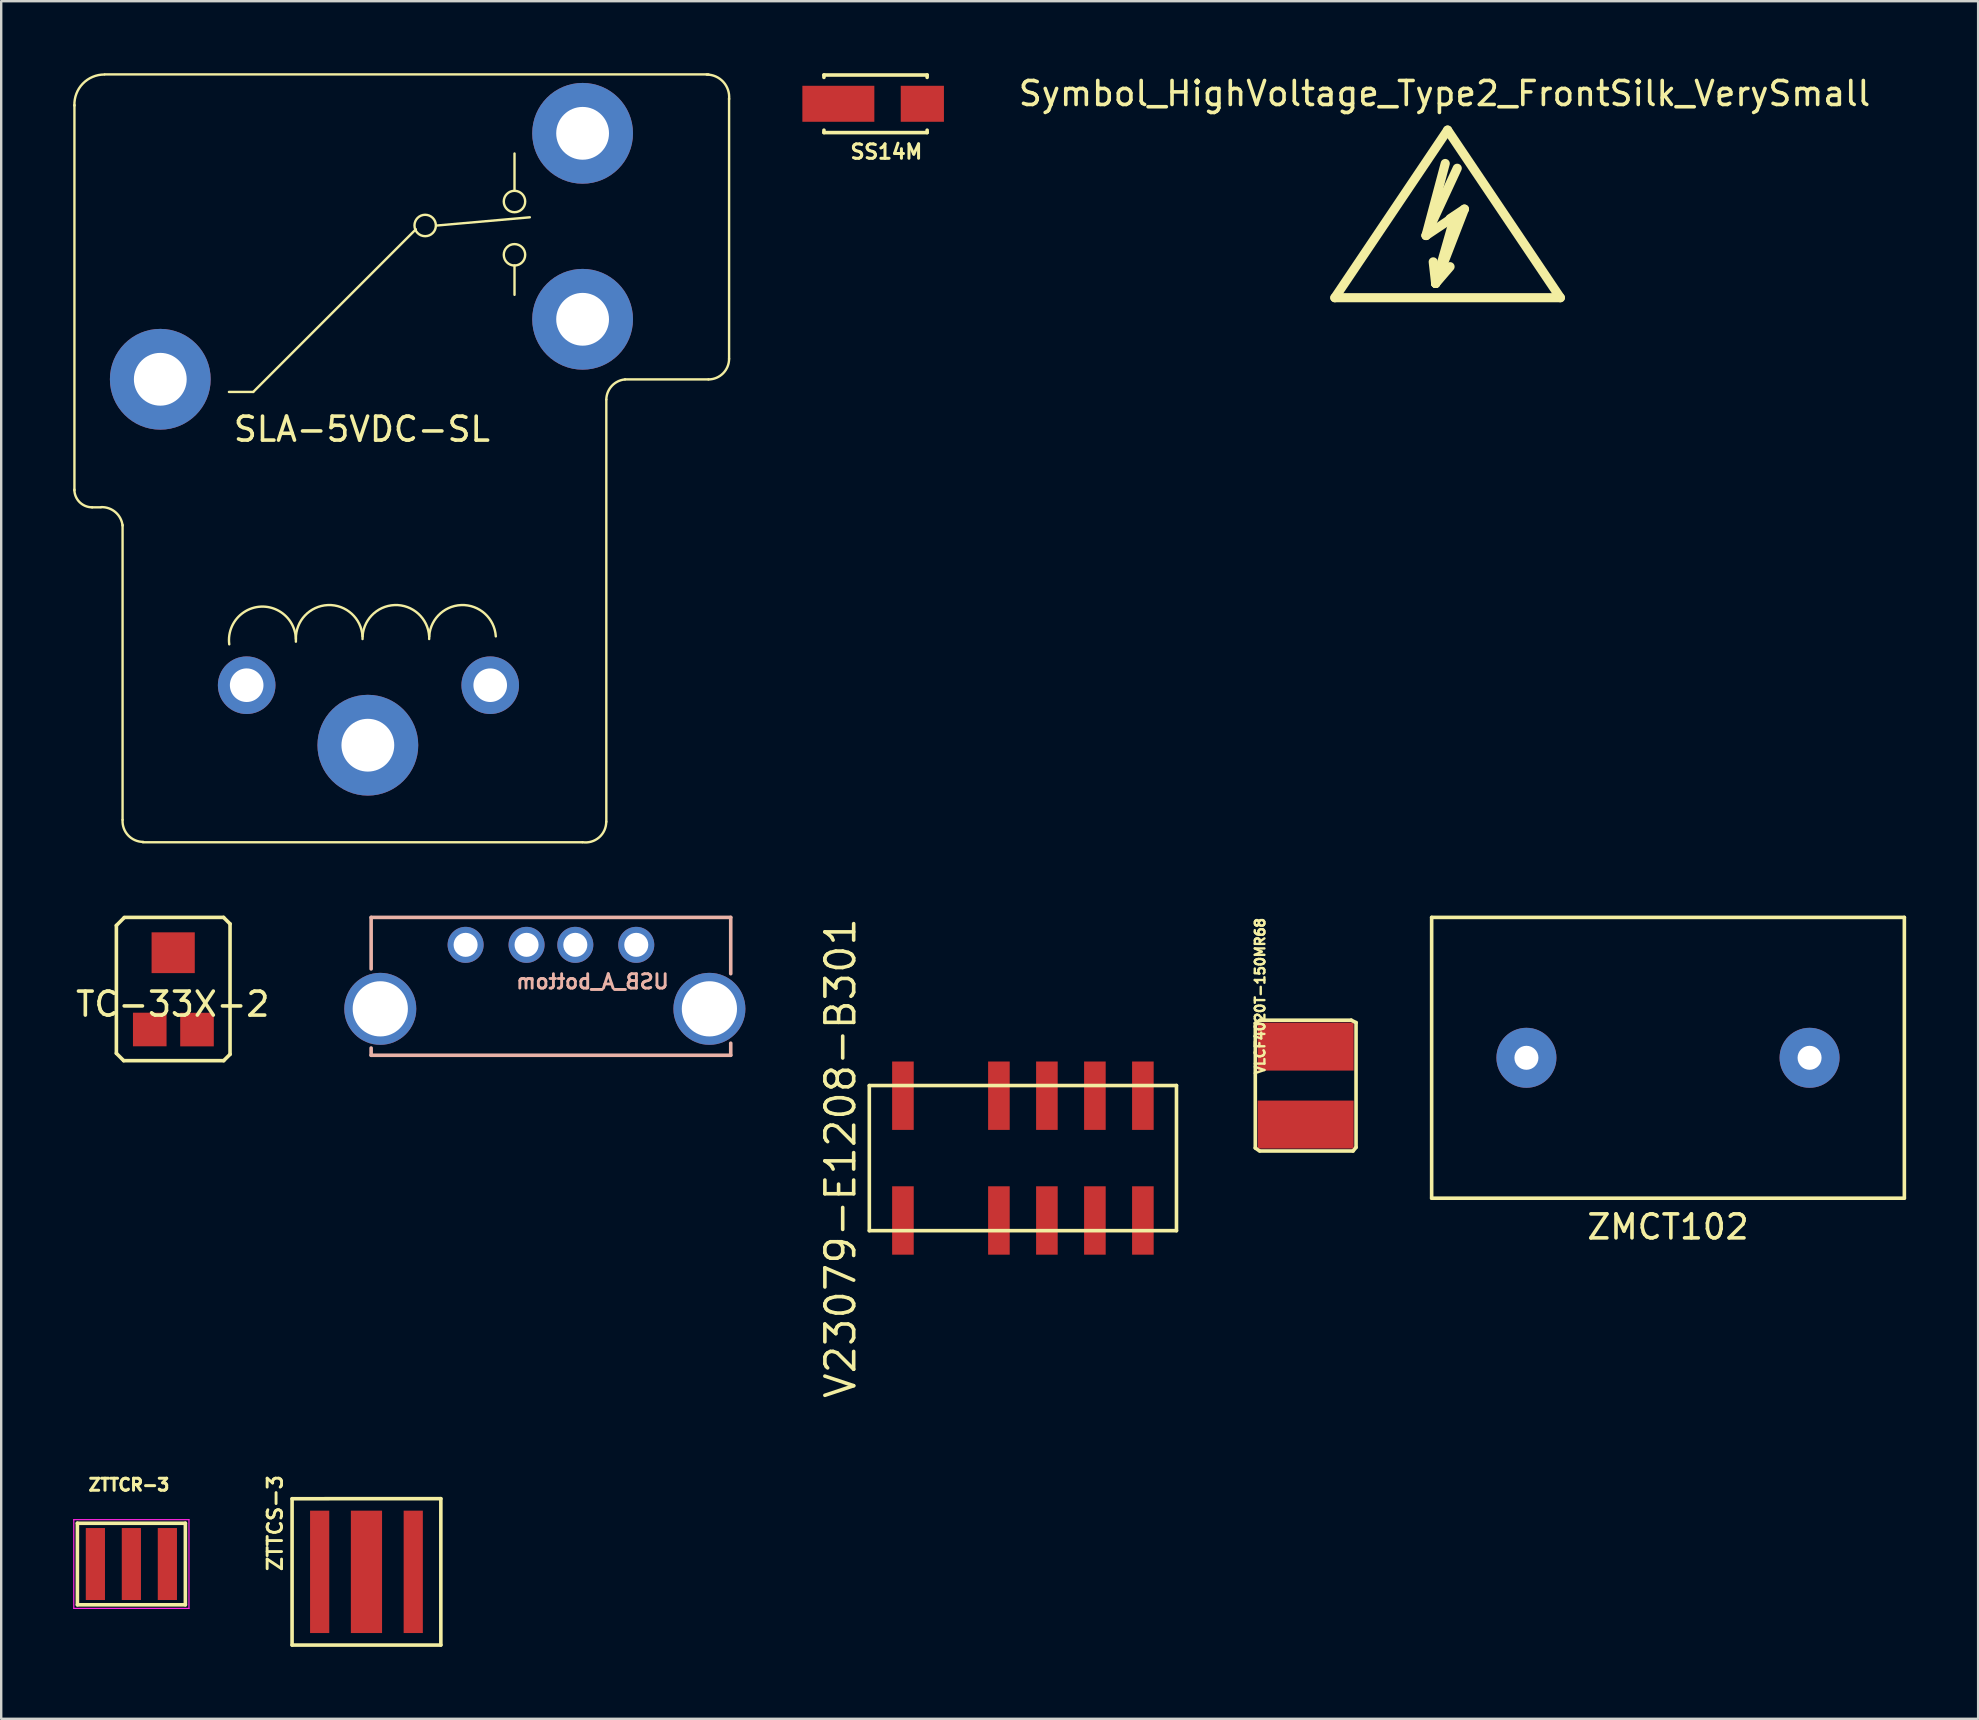
<source format=kicad_pcb>
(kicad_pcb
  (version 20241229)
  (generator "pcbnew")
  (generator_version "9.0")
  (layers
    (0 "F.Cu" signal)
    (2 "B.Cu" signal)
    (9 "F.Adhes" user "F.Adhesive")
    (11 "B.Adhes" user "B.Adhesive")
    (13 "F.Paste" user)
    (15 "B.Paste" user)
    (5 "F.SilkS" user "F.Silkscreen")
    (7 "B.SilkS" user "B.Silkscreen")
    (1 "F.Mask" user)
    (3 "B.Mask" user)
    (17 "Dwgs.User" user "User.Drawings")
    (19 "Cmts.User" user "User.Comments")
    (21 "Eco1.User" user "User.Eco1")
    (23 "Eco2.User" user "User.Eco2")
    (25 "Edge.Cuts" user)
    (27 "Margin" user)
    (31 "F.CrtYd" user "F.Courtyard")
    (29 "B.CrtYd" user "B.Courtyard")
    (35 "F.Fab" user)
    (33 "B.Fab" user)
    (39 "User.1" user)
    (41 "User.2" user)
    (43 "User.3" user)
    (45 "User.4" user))
  (footprint "TC-33X-2"
    (layer "F.Cu")
    (at 4.149 38.297)
    (property "Reference" "TC-33X-2" (at 0 0.5 0) (layer "F.SilkS") (effects (font (size 1 1) (thickness 0.15))))
    (attr through_hole)
    (fp_line (start -2.349 -2.779) (end -2.024 -3.104) (stroke (width 0.15) (type solid)) (layer "F.SilkS"))
    (fp_line (start -2.349 2.55) (end -2.349 -2.779) (stroke (width 0.15) (type solid)) (layer "F.SilkS"))
    (fp_line (start -2.045 2.855) (end -2.349 2.55) (stroke (width 0.15) (type solid)) (layer "F.SilkS"))
    (fp_line (start -2.017 -3.114) (end 2.118 -3.114) (stroke (width 0.15) (type solid)) (layer "F.SilkS"))
    (fp_line (start 2.118 -3.114) (end 2.388 -2.845) (stroke (width 0.15) (type solid)) (layer "F.SilkS"))
    (fp_line (start 2.123 2.855) (end -2.045 2.855) (stroke (width 0.15) (type solid)) (layer "F.SilkS"))
    (fp_line (start 2.388 -2.845) (end 2.388 2.591) (stroke (width 0.15) (type solid)) (layer "F.SilkS"))
    (fp_line (start 2.388 2.591) (end 2.123 2.855) (stroke (width 0.15) (type solid)) (layer "F.SilkS"))
    (pad "1" smd rect (at -0.958 1.557) (size 1.4 1.4) (layers "F.Cu" "F.Mask" "F.Paste"))
    (pad "2" smd rect (at 0.018 -1.643) (size 1.8 1.7) (layers "F.Cu" "F.Mask" "F.Paste"))
    (pad "3" smd rect (at 1.011 1.56) (size 1.4 1.4) (layers "F.Cu" "F.Mask" "F.Paste")))
  (footprint "SLA-5VDC-SL"
    (layer "F.Cu")
    (at 11.675 14.454)
    (property "Reference" "SLA-5VDC-SL" (at 0.358 0.382 0) (layer "F.SilkS") (effects (font (size 1 1) (thickness 0.15))))
    (attr through_hole)
    (fp_line (start -11.623 2.925) (end -11.623 -13.126) (stroke (width 0.1) (type solid)) (layer "F.SilkS"))
    (fp_line (start -10.887 3.639) (end -10.528 3.639) (stroke (width 0.1) (type solid)) (layer "F.SilkS"))
    (fp_line (start -10.353 -14.404) (end 14.799 -14.404) (stroke (width 0.1) (type solid)) (layer "F.SilkS"))
    (fp_line (start -9.617 4.373) (end -9.617 16.657) (stroke (width 0.1) (type solid)) (layer "F.SilkS"))
    (fp_line (start -8.778 17.596) (end 9.543 17.596) (stroke (width 0.1) (type solid)) (layer "F.SilkS"))
    (fp_line (start -5.184 -1.17) (end -4.172 -1.17) (stroke (width 0.1) (type solid)) (layer "F.SilkS"))
    (fp_line (start 2.605 -7.948) (end -4.172 -1.17) (stroke (width 0.1) (type solid)) (layer "F.SilkS"))
    (fp_line (start 3.494 -8.107) (end 7.355 -8.448) (stroke (width 0.1) (type solid)) (layer "F.SilkS"))
    (fp_line (start 6.717 -11.107) (end 6.717 -9.551) (stroke (width 0.1) (type solid)) (layer "F.SilkS"))
    (fp_line (start 6.717 -5.218) (end 6.717 -6.44) (stroke (width 0.1) (type solid)) (layer "F.SilkS"))
    (fp_line (start 10.543 -0.848) (end 10.543 16.744) (stroke (width 0.1) (type solid)) (layer "F.SilkS"))
    (fp_line (start 11.322 -1.692) (end 14.799 -1.692) (stroke (width 0.1) (type solid)) (layer "F.SilkS"))
    (fp_line (start 15.659 -13.398) (end 15.659 -2.551) (stroke (width 0.1) (type solid)) (layer "F.SilkS"))
    (fp_arc (start -11.623298 -13.10324) (mid -11.276963 -14.016173) (end -10.378665 -14.398866) (stroke (width 0.1) (type solid)) (layer "F.SilkS"))
    (fp_arc (start -10.886665 3.637919) (mid -11.408757 3.421662) (end -11.625014 2.89957) (stroke (width 0.1) (type solid)) (layer "F.SilkS"))
    (fp_arc (start -10.506211 3.630601) (mid -9.912192 3.841423) (end -9.616665 4.39817) (stroke (width 0.1) (type solid)) (layer "F.SilkS"))
    (fp_arc (start -8.752559 17.582263) (mid -9.382309 17.310835) (end -9.616665 16.66637) (stroke (width 0.1) (type solid)) (layer "F.SilkS"))
    (fp_arc (start -5.171038 9.347881) (mid -3.842448 7.776371) (end -2.393988 9.238136) (stroke (width 0.1) (type solid)) (layer "F.SilkS"))
    (fp_arc (start -2.393972 9.127747) (mid -1.059756 7.713722) (end 0.383039 9.016774) (stroke (width 0.1) (type solid)) (layer "F.SilkS"))
    (fp_arc (start 0.383095 9.127747) (mid 1.717311 7.713722) (end 3.160106 9.016774) (stroke (width 0.1) (type solid)) (layer "F.SilkS"))
    (fp_arc (start 3.160162 9.127747) (mid 4.494378 7.713722) (end 5.937173 9.016774) (stroke (width 0.1) (type solid)) (layer "F.SilkS"))
    (fp_arc (start 10.5389 16.74417) (mid 10.239201 17.396545) (end 9.549016 17.59417) (stroke (width 0.1) (type solid)) (layer "F.SilkS"))
    (fp_arc (start 10.543446 -0.858931) (mid 10.77452 -1.423504) (end 11.322387 -1.691797) (stroke (width 0.1) (type solid)) (layer "F.SilkS"))
    (fp_arc (start 14.723994 -14.397176) (mid 15.418505 -14.090222) (end 15.658887 -13.369957) (stroke (width 0.1) (type solid)) (layer "F.SilkS"))
    (fp_arc (start 15.658887 -2.551462) (mid 15.407097 -1.943587) (end 14.799222 -1.691797) (stroke (width 0.1) (type solid)) (layer "F.SilkS"))
    (fp_circle (center 2.994 -8.107) (end 3.44 -8.107) (stroke (width 0.1) (type solid)) (fill no) (layer "F.SilkS"))
    (fp_circle (center 6.716 -9.106) (end 7.162 -9.106) (stroke (width 0.1) (type solid)) (fill no) (layer "F.SilkS"))
    (fp_circle (center 6.716 -6.885) (end 7.162 -6.885) (stroke (width 0.1) (type solid)) (fill no) (layer "F.SilkS"))
    (pad "1" thru_hole circle (at -8.045 -1.698) (size 4.2 4.2) (drill 2.2) (layers "*.Cu" "*.Mask"))
    (pad "1" thru_hole circle (at 0.605 13.552) (size 4.2 4.2) (drill 2.2) (layers "*.Cu" "*.Mask"))
    (pad "2" thru_hole circle (at -4.445 11.052) (size 2.4 2.4) (drill 1.4) (layers "*.Cu" "*.Mask"))
    (pad "3" thru_hole circle (at 9.555 -11.948) (size 4.2 4.2) (drill 2.2) (layers "*.Cu" "*.Mask"))
    (pad "4" thru_hole circle (at 9.555 -4.198) (size 4.2 4.2) (drill 2.2) (layers "*.Cu" "*.Mask"))
    (pad "5" thru_hole circle (at 5.705 11.052) (size 2.4 2.4) (drill 1.4) (layers "*.Cu" "*.Mask")))
  (footprint "Symbol_HighVoltage_Type2_FrontSilk_VerySmall"
    (layer "F.Cu")
    (at 57.278 6.563)
    (property "Reference" "Symbol_HighVoltage_Type2_FrontSilk_VerySmall" (at -0.127 -5.715 0) (layer "F.SilkS") (effects (font (size 1 1) (thickness 0.15))))
    (attr through_hole)
    (fp_line (start -4.699 2.794) (end 0 -4.191) (stroke (width 0.381) (type solid)) (layer "F.SilkS"))
    (fp_line (start -0.899 0.201) (end 0.3 -0.599) (stroke (width 0.381) (type solid)) (layer "F.SilkS"))
    (fp_line (start -0.899 0.201) (end 0.401 -2.601) (stroke (width 0.381) (type solid)) (layer "F.SilkS"))
    (fp_line (start -0.498 2.2) (end -0.599 1.3) (stroke (width 0.381) (type solid)) (layer "F.SilkS"))
    (fp_line (start -0.498 2.2) (end 0.102 1.501) (stroke (width 0.381) (type solid)) (layer "F.SilkS"))
    (fp_line (start -0.498 2.2) (end 0.701 -0.899) (stroke (width 0.381) (type solid)) (layer "F.SilkS"))
    (fp_line (start -0.099 -2.799) (end -0.899 0.201) (stroke (width 0.381) (type solid)) (layer "F.SilkS"))
    (fp_line (start 0 -4.191) (end 4.699 2.794) (stroke (width 0.381) (type solid)) (layer "F.SilkS"))
    (fp_line (start 0.3 -0.599) (end -0.498 2.2) (stroke (width 0.381) (type solid)) (layer "F.SilkS"))
    (fp_line (start 0.701 -0.899) (end 0.102 -0.5) (stroke (width 0.381) (type solid)) (layer "F.SilkS"))
    (fp_line (start 4.699 2.794) (end -4.699 2.794) (stroke (width 0.381) (type solid)) (layer "F.SilkS")))
  (footprint "ZTTCR-3"
    (layer "F.Cu")
    (at 2.425 62.13)
    (property "Reference" "ZTTCR-3" (at -0.1 -3.3 0) (layer "F.SilkS") (effects (font (size 0.5 0.5) (thickness 0.125))))
    (attr smd)
    (fp_line (start -2.25 -1.7) (end 2.25 -1.7) (stroke (width 0.15) (type solid)) (layer "F.SilkS"))
    (fp_line (start -2.25 1.699) (end -2.25 -1.7) (stroke (width 0.15) (type solid)) (layer "F.SilkS"))
    (fp_line (start 2.25 -1.7) (end 2.25 1.7) (stroke (width 0.15) (type solid)) (layer "F.SilkS"))
    (fp_line (start 2.25 1.7) (end -2.248 1.7) (stroke (width 0.15) (type solid)) (layer "F.SilkS"))
    (fp_line (start -2.4 -1.85) (end 2.4 -1.85) (stroke (width 0.05) (type solid)) (layer "F.CrtYd"))
    (fp_line (start -2.4 1.85) (end -2.4 -1.85) (stroke (width 0.05) (type solid)) (layer "F.CrtYd"))
    (fp_line (start 2.4 -1.85) (end 2.4 1.85) (stroke (width 0.05) (type solid)) (layer "F.CrtYd"))
    (fp_line (start 2.4 1.85) (end -2.4 1.85) (stroke (width 0.05) (type solid)) (layer "F.CrtYd"))
    (pad "1" smd rect (at -1.5 0) (size 0.8 3) (layers "F.Cu" "F.Mask" "F.Paste"))
    (pad "2" smd rect (at 0 0) (size 0.8 3) (layers "F.Cu" "F.Mask" "F.Paste"))
    (pad "3" smd rect (at 1.5 0) (size 0.8 3) (layers "F.Cu" "F.Mask" "F.Paste")))
  (footprint "ZTTCS-3"
    (layer "F.Cu")
    (at 12.222 62.456)
    (property "Reference" "ZTTCS-3" (at -3.81 -2.032 270) (layer "F.SilkS") (effects (font (size 0.6 0.6) (thickness 0.12))))
    (attr smd)
    (fp_line (start -3.1 3.05) (end 3.1 3.05) (stroke (width 0.15) (type solid)) (layer "F.SilkS"))
    (fp_line (start -3.099 -3.048) (end -3.1 3.05) (stroke (width 0.15) (type solid)) (layer "F.SilkS"))
    (fp_line (start 3.1 -3.05) (end -3.099 -3.048) (stroke (width 0.15) (type solid)) (layer "F.SilkS"))
    (fp_line (start 3.1 3.05) (end 3.1 -3.05) (stroke (width 0.15) (type solid)) (layer "F.SilkS"))
    (pad "1" smd rect (at -1.95 0) (size 0.8 5.1) (layers "F.Cu" "F.Mask" "F.Paste"))
    (pad "2" smd rect (at 0 0) (size 1.3 5.1) (layers "F.Cu" "F.Mask" "F.Paste"))
    (pad "3" smd rect (at 1.95 0) (size 0.8 5.1) (layers "F.Cu" "F.Mask" "F.Paste")))
  (footprint "VLCF4020T-150MR68"
    (layer "F.Cu")
    (at 51.363 42.316)
    (property "Reference" "VLCF4020T-150MR68" (at -1.9 -3.85 90) (layer "F.SilkS") (effects (font (size 0.4 0.4) (thickness 0.1))))
    (attr through_hole)
    (fp_line (start -2.1 -2.725) (end -1.9 -2.85) (stroke (width 0.15) (type solid)) (layer "F.SilkS"))
    (fp_line (start -2.1 2.475) (end -2.1 -2.725) (stroke (width 0.15) (type solid)) (layer "F.SilkS"))
    (fp_line (start -2.1 2.475) (end -1.925 2.6) (stroke (width 0.15) (type solid)) (layer "F.SilkS"))
    (fp_line (start -1.9 -2.85) (end 1.9 -2.85) (stroke (width 0.15) (type solid)) (layer "F.SilkS"))
    (fp_line (start 1.975 2.6) (end -1.9 2.6) (stroke (width 0.15) (type solid)) (layer "F.SilkS"))
    (fp_line (start 2.1 -2.75) (end 1.9 -2.85) (stroke (width 0.15) (type solid)) (layer "F.SilkS"))
    (fp_line (start 2.1 2.45) (end 1.975 2.6) (stroke (width 0.15) (type solid)) (layer "F.SilkS"))
    (fp_line (start 2.1 2.45) (end 2.1 -2.75) (stroke (width 0.15) (type solid)) (layer "F.SilkS"))
    (pad "1" smd rect (at 0 -1.75) (size 4 2) (layers "F.Cu" "F.Mask" "F.Paste"))
    (pad "2" smd rect (at 0 1.5) (size 4 2) (layers "F.Cu" "F.Mask" "F.Paste")))
  (footprint "V23079-E1208-B301"
    (layer "F.Cu")
    (at 39.579 45.213)
    (property "Reference" "V23079-E1208-B301" (at -7.6 0 90) (layer "F.SilkS") (effects (font (size 1.2 1.2) (thickness 0.15))))
    (attr through_hole)
    (fp_line (start -6.401 -3.023) (end -6.4 3.025) (stroke (width 0.15) (type solid)) (layer "F.SilkS"))
    (fp_line (start -6.4 3.025) (end 6.4 3.025) (stroke (width 0.15) (type solid)) (layer "F.SilkS"))
    (fp_line (start 6.4 -3.025) (end -6.401 -3.023) (stroke (width 0.15) (type solid)) (layer "F.SilkS"))
    (fp_line (start 6.4 3.025) (end 6.4 -3.025) (stroke (width 0.15) (type solid)) (layer "F.SilkS"))
    (pad "1" smd rect (at -5 2.6) (size 0.9 2.85) (layers "F.Cu" "F.Mask" "F.Paste"))
    (pad "3" smd rect (at -1 2.6) (size 0.9 2.85) (layers "F.Cu" "F.Mask" "F.Paste"))
    (pad "4" smd rect (at 1 2.6) (size 0.9 2.85) (layers "F.Cu" "F.Mask" "F.Paste"))
    (pad "5" smd rect (at 3 2.6) (size 0.9 2.85) (layers "F.Cu" "F.Mask" "F.Paste"))
    (pad "6" smd rect (at 5 2.6) (size 0.9 2.85) (layers "F.Cu" "F.Mask" "F.Paste"))
    (pad "7" smd rect (at 5 -2.6) (size 0.9 2.85) (layers "F.Cu" "F.Mask" "F.Paste"))
    (pad "8" smd rect (at 3 -2.6) (size 0.9 2.85) (layers "F.Cu" "F.Mask" "F.Paste"))
    (pad "9" smd rect (at 1 -2.6) (size 0.9 2.85) (layers "F.Cu" "F.Mask" "F.Paste"))
    (pad "10" smd rect (at -1 -2.6) (size 0.9 2.85) (layers "F.Cu" "F.Mask" "F.Paste"))
    (pad "12" smd rect (at -5 -2.6) (size 0.9 2.85) (layers "F.Cu" "F.Mask" "F.Paste")))
  (footprint "ZMCT102"
    (layer "F.Cu")
    (at 60.563 41.033)
    (property "Reference" "ZMCT102" (at 5.9 7.05 0) (layer "F.SilkS") (effects (font (size 1 1) (thickness 0.15))))
    (attr through_hole)
    (fp_line (start -3.95 -5.85) (end 15.75 -5.85) (stroke (width 0.15) (type solid)) (layer "F.SilkS"))
    (fp_line (start -3.95 5.85) (end -3.95 -5.85) (stroke (width 0.15) (type solid)) (layer "F.SilkS"))
    (fp_line (start 15.75 -5.85) (end 15.75 5.85) (stroke (width 0.15) (type solid)) (layer "F.SilkS"))
    (fp_line (start 15.75 5.85) (end -3.95 5.85) (stroke (width 0.15) (type solid)) (layer "F.SilkS"))
    (pad "1" thru_hole circle (at 0 0) (size 2.5 2.5) (drill 1) (layers "*.Cu" "*.Mask"))
    (pad "2" thru_hole circle (at 11.8 0) (size 2.5 2.5) (drill 1) (layers "*.Cu" "*.Mask")))
  (footprint "USB_A_bottom"
    (layer "F.Cu")
    (at 16.353 36.328)
    (property "Reference" "USB_A_bottom" (at 5.289 1.529 0) (layer "B.SilkS") (effects (font (size 0.6 0.6) (thickness 0.12)) (justify mirror)))
    (attr through_hole)
    (fp_line (start -3.936 1.001) (end -3.936 -1.145) (stroke (width 0.15) (type solid)) (layer "B.SilkS"))
    (fp_line (start -3.936 4.6) (end -3.936 4.298) (stroke (width 0.15) (type solid)) (layer "B.SilkS"))
    (fp_line (start 11.05 -1.145) (end -3.936 -1.145) (stroke (width 0.15) (type solid)) (layer "B.SilkS"))
    (fp_line (start 11.05 1.201) (end 11.05 -1.145) (stroke (width 0.15) (type solid)) (layer "B.SilkS"))
    (fp_line (start 11.05 4.6) (end -3.936 4.6) (stroke (width 0.15) (type solid)) (layer "B.SilkS"))
    (fp_line (start 11.05 4.6) (end 11.05 4.097) (stroke (width 0.15) (type solid)) (layer "B.SilkS"))
    (pad "1" thru_hole circle (at 0.001 -0.002 270) (size 1.501 1.501) (drill 1.001) (layers "*.Cu" "*.Mask"))
    (pad "2" thru_hole circle (at 2.541 -0.002 270) (size 1.501 1.501) (drill 1.001) (layers "*.Cu" "*.Mask"))
    (pad "3" thru_hole circle (at 4.573 -0.002 270) (size 1.501 1.501) (drill 1.001) (layers "*.Cu" "*.Mask"))
    (pad "4" thru_hole circle (at 7.113 -0.002 270) (size 1.501 1.501) (drill 1.001) (layers "*.Cu" "*.Mask"))
    (pad "5" thru_hole circle (at -3.555 2.665 270) (size 3 3) (drill 2.301) (layers "*.Cu" "*.Mask"))
    (pad "5" thru_hole circle (at 10.161 2.665 270) (size 3 3) (drill 2.301) (layers "*.Cu" "*.Mask")))
  (footprint "SS14M"
    (layer "F.Cu")
    (at 33.888 1.275)
    (property "Reference" "SS14M" (at 0 2 0) (layer "F.SilkS") (effects (font (size 0.6 0.6) (thickness 0.125))))
    (attr through_hole)
    (fp_line (start -2.6 -1.2) (end -2.6 -1.1) (stroke (width 0.15) (type solid)) (layer "F.SilkS"))
    (fp_line (start -2.6 -1.2) (end 1.7 -1.2) (stroke (width 0.15) (type solid)) (layer "F.SilkS"))
    (fp_line (start -2.6 1.1) (end -2.6 1.2) (stroke (width 0.15) (type solid)) (layer "F.SilkS"))
    (fp_line (start -2.6 1.2) (end 1.7 1.2) (stroke (width 0.15) (type solid)) (layer "F.SilkS"))
    (fp_line (start 1.7 -1.2) (end 1.7 -1.1) (stroke (width 0.15) (type solid)) (layer "F.SilkS"))
    (fp_line (start 1.7 1.1) (end 1.7 1.2) (stroke (width 0.15) (type solid)) (layer "F.SilkS"))
    (pad "1" smd rect (at -2 0) (size 3 1.5) (layers "F.Cu" "F.Mask" "F.Paste"))
    (pad "2" smd rect (at 1.5 0) (size 1.8 1.5) (layers "F.Cu" "F.Mask" "F.Paste")))
  (gr_rect
    (start -3 -3)
    (end 79.388 68.581)
    (stroke (width 0.1) (type default))
    (fill no)
    (layer "Edge.Cuts")))
</source>
